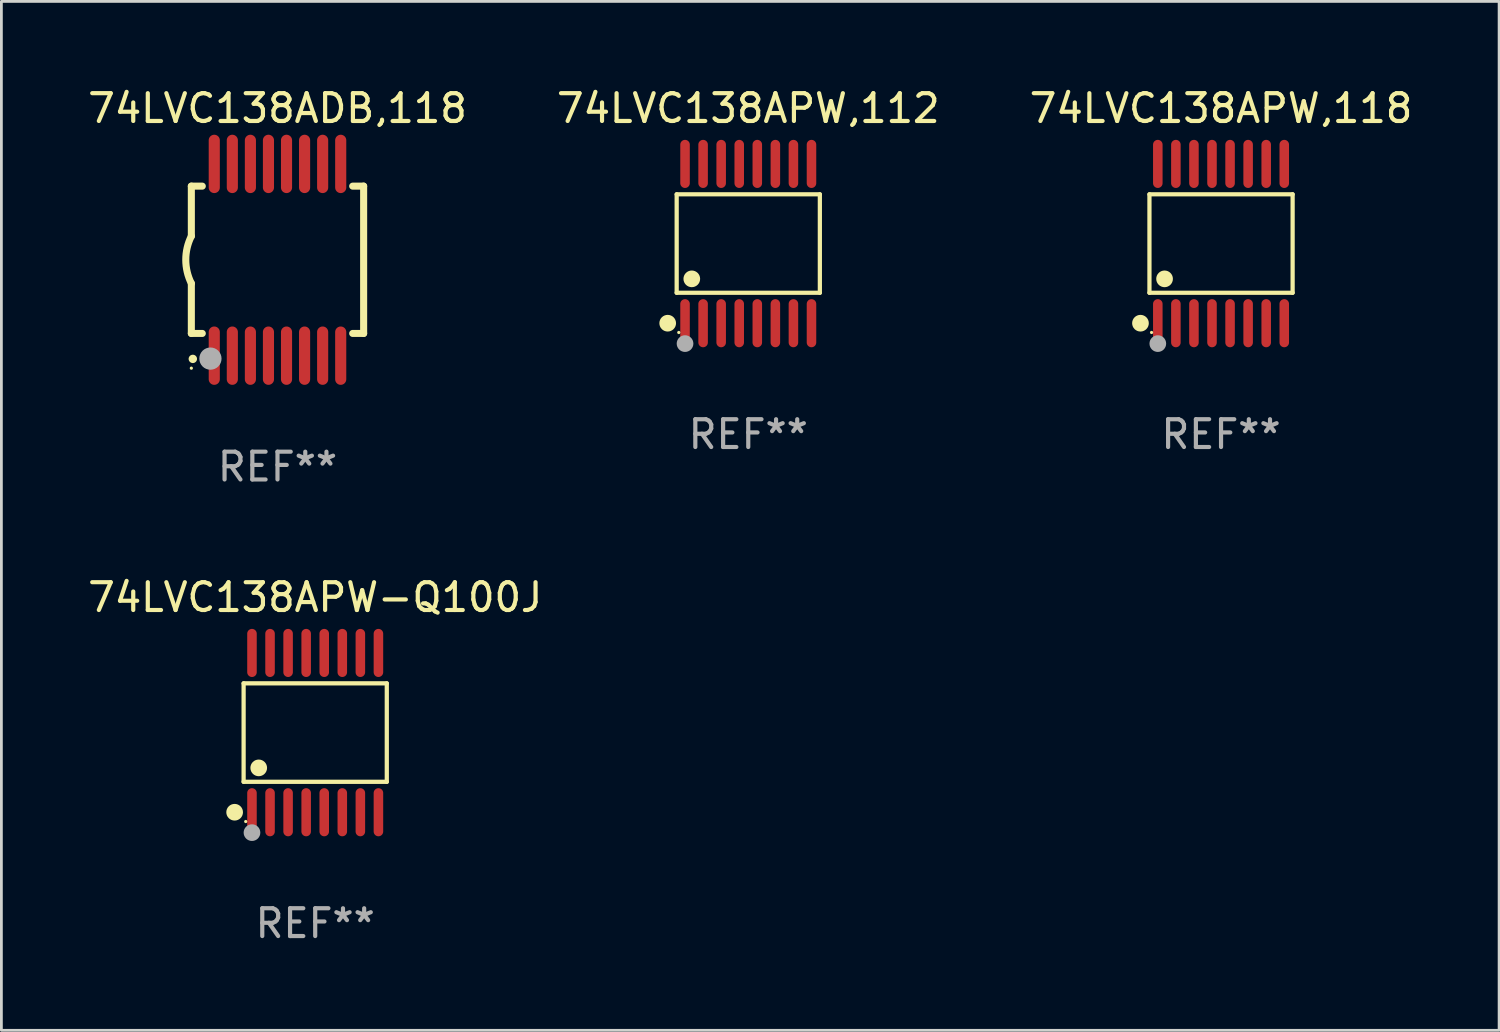
<source format=kicad_pcb>
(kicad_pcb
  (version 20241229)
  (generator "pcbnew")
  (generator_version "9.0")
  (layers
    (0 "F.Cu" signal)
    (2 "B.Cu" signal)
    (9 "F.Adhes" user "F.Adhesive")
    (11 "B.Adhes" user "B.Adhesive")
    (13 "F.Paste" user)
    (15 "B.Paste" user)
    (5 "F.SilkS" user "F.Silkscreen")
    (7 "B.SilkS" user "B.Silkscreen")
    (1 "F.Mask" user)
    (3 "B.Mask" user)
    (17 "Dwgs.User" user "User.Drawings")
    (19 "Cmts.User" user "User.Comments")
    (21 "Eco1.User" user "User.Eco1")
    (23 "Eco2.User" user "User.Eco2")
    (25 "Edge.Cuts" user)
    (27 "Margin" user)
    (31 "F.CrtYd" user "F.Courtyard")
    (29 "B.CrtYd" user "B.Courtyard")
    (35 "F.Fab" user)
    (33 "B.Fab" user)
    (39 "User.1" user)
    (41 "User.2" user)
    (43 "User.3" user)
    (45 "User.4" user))
  (footprint "74LVC138APW,118"
    (layer "F.Cu")
    (at 40.887 5.714)
    (property "Reference" "74LVC138APW,118" (at 0 -4.866 0) (layer "F.SilkS") (effects (font (size 1 1) (thickness 0.15))))
    (attr through_hole)
    (fp_line (start -2.576 -1.772) (end 2.576 -1.772) (stroke (width 0.152) (type solid)) (layer "F.SilkS"))
    (fp_line (start -2.576 1.771) (end -2.576 -1.772) (stroke (width 0.152) (type solid)) (layer "F.SilkS"))
    (fp_line (start 2.576 -1.772) (end 2.576 1.771) (stroke (width 0.152) (type solid)) (layer "F.SilkS"))
    (fp_line (start 2.576 1.771) (end -2.576 1.771) (stroke (width 0.152) (type solid)) (layer "F.SilkS"))
    (fp_circle (center -2.899 2.866) (end -2.749 2.866) (stroke (width 0.3) (type solid)) (fill no) (layer "F.SilkS"))
    (fp_circle (center -2.5 3.2) (end -2.47 3.2) (stroke (width 0.06) (type solid)) (fill no) (layer "F.SilkS"))
    (fp_circle (center -2.032 1.27) (end -1.882 1.27) (stroke (width 0.3) (type solid)) (fill no) (layer "F.SilkS"))
    (fp_circle (center -2.275 3.6) (end -2.125 3.6) (stroke (width 0.3) (type solid)) (fill no) (layer "F.Fab"))
    (fp_text user "REF**" (at 0 6.866 0) (layer "F.Fab") (effects (font (size 1 1) (thickness 0.15))))
    (pad "1" smd oval (at -2.275 2.866) (size 0.343 1.731) (layers "F.Cu" "F.Mask" "F.Paste"))
    (pad "2" smd oval (at -1.625 2.866) (size 0.343 1.731) (layers "F.Cu" "F.Mask" "F.Paste"))
    (pad "3" smd oval (at -0.975 2.866) (size 0.343 1.731) (layers "F.Cu" "F.Mask" "F.Paste"))
    (pad "4" smd oval (at -0.325 2.866) (size 0.343 1.731) (layers "F.Cu" "F.Mask" "F.Paste"))
    (pad "5" smd oval (at 0.325 2.866) (size 0.343 1.731) (layers "F.Cu" "F.Mask" "F.Paste"))
    (pad "6" smd oval (at 0.975 2.866) (size 0.343 1.731) (layers "F.Cu" "F.Mask" "F.Paste"))
    (pad "7" smd oval (at 1.625 2.866) (size 0.343 1.731) (layers "F.Cu" "F.Mask" "F.Paste"))
    (pad "8" smd oval (at 2.275 2.866) (size 0.343 1.731) (layers "F.Cu" "F.Mask" "F.Paste"))
    (pad "9" smd oval (at 2.275 -2.866) (size 0.343 1.731) (layers "F.Cu" "F.Mask" "F.Paste"))
    (pad "10" smd oval (at 1.625 -2.866) (size 0.343 1.731) (layers "F.Cu" "F.Mask" "F.Paste"))
    (pad "11" smd oval (at 0.975 -2.866) (size 0.343 1.731) (layers "F.Cu" "F.Mask" "F.Paste"))
    (pad "12" smd oval (at 0.325 -2.866) (size 0.343 1.731) (layers "F.Cu" "F.Mask" "F.Paste"))
    (pad "13" smd oval (at -0.325 -2.866) (size 0.343 1.731) (layers "F.Cu" "F.Mask" "F.Paste"))
    (pad "14" smd oval (at -0.975 -2.866) (size 0.343 1.731) (layers "F.Cu" "F.Mask" "F.Paste"))
    (pad "15" smd oval (at -1.625 -2.866) (size 0.343 1.731) (layers "F.Cu" "F.Mask" "F.Paste"))
    (pad "16" smd oval (at -2.275 -2.866) (size 0.343 1.731) (layers "F.Cu" "F.Mask" "F.Paste")))
  (footprint "74LVC138ADB,118"
    (layer "F.Cu")
    (at 6.935 6.298)
    (property "Reference" "74LVC138ADB,118" (at 0 -5.45 0) (layer "F.SilkS") (effects (font (size 1 1) (thickness 0.15))))
    (attr through_hole)
    (fp_line (start -3.1 -2.65) (end -3.1 -0.85) (stroke (width 0.254) (type solid)) (layer "F.SilkS"))
    (fp_line (start -3.1 -2.65) (end -2.706 -2.65) (stroke (width 0.254) (type solid)) (layer "F.SilkS"))
    (fp_line (start -3.1 2.65) (end -3.1 0.85) (stroke (width 0.254) (type solid)) (layer "F.SilkS"))
    (fp_line (start -3.1 2.65) (end -2.706 2.65) (stroke (width 0.254) (type solid)) (layer "F.SilkS"))
    (fp_line (start 2.706 -2.65) (end 3.1 -2.65) (stroke (width 0.254) (type solid)) (layer "F.SilkS"))
    (fp_line (start 2.706 2.65) (end 3.1 2.65) (stroke (width 0.254) (type solid)) (layer "F.SilkS"))
    (fp_line (start 3.1 -2.65) (end 3.1 2.65) (stroke (width 0.254) (type solid)) (layer "F.SilkS"))
    (fp_arc (start -3.098907 0.850902) (mid -3.300057 0.000523) (end -3.1 -0.850114) (stroke (width 0.254001) (type solid)) (layer "F.SilkS"))
    (fp_arc (start -3.048006 3.566066) (mid -3.046736 3.566061) (end -3.045466 3.566066) (stroke (width 0.3) (type solid)) (layer "F.SilkS"))
    (fp_circle (center -3.1 3.9) (end -3.07 3.9) (stroke (width 0.06) (type solid)) (fill no) (layer "F.SilkS"))
    (fp_circle (center -2.413 3.556) (end -2.213 3.556) (stroke (width 0.4) (type solid)) (fill no) (layer "F.Fab"))
    (fp_text user "REF**" (at 0 7.45 0) (layer "F.Fab") (effects (font (size 1 1) (thickness 0.15))))
    (pad "1" smd oval (at -2.275 3.45 180) (size 0.4 2.1) (layers "F.Cu" "F.Mask" "F.Paste"))
    (pad "2" smd oval (at -1.625 3.45 180) (size 0.4 2.1) (layers "F.Cu" "F.Mask" "F.Paste"))
    (pad "3" smd oval (at -0.975 3.45 180) (size 0.4 2.1) (layers "F.Cu" "F.Mask" "F.Paste"))
    (pad "4" smd oval (at -0.325 3.45 180) (size 0.4 2.1) (layers "F.Cu" "F.Mask" "F.Paste"))
    (pad "5" smd oval (at 0.325 3.45 180) (size 0.4 2.1) (layers "F.Cu" "F.Mask" "F.Paste"))
    (pad "6" smd oval (at 0.975 3.45 180) (size 0.4 2.1) (layers "F.Cu" "F.Mask" "F.Paste"))
    (pad "7" smd oval (at 1.625 3.45 180) (size 0.4 2.1) (layers "F.Cu" "F.Mask" "F.Paste"))
    (pad "8" smd oval (at 2.275 3.45 180) (size 0.4 2.1) (layers "F.Cu" "F.Mask" "F.Paste"))
    (pad "9" smd oval (at 2.275 -3.45 180) (size 0.4 2.1) (layers "F.Cu" "F.Mask" "F.Paste"))
    (pad "10" smd oval (at 1.625 -3.45 180) (size 0.4 2.1) (layers "F.Cu" "F.Mask" "F.Paste"))
    (pad "11" smd oval (at 0.975 -3.45 180) (size 0.4 2.1) (layers "F.Cu" "F.Mask" "F.Paste"))
    (pad "12" smd oval (at 0.325 -3.45 180) (size 0.4 2.1) (layers "F.Cu" "F.Mask" "F.Paste"))
    (pad "13" smd oval (at -0.325 -3.45 180) (size 0.4 2.1) (layers "F.Cu" "F.Mask" "F.Paste"))
    (pad "14" smd oval (at -0.975 -3.45 180) (size 0.4 2.1) (layers "F.Cu" "F.Mask" "F.Paste"))
    (pad "15" smd oval (at -1.625 -3.45 180) (size 0.4 2.1) (layers "F.Cu" "F.Mask" "F.Paste"))
    (pad "16" smd oval (at -2.275 -3.45 180) (size 0.4 2.1) (layers "F.Cu" "F.Mask" "F.Paste")))
  (footprint "74LVC138APW-Q100J"
    (layer "F.Cu")
    (at 8.292 23.311)
    (property "Reference" "74LVC138APW-Q100J" (at 0 -4.866 0) (layer "F.SilkS") (effects (font (size 1 1) (thickness 0.15))))
    (attr through_hole)
    (fp_line (start -2.576 -1.772) (end 2.576 -1.772) (stroke (width 0.152) (type solid)) (layer "F.SilkS"))
    (fp_line (start -2.576 1.771) (end -2.576 -1.772) (stroke (width 0.152) (type solid)) (layer "F.SilkS"))
    (fp_line (start 2.576 -1.772) (end 2.576 1.771) (stroke (width 0.152) (type solid)) (layer "F.SilkS"))
    (fp_line (start 2.576 1.771) (end -2.576 1.771) (stroke (width 0.152) (type solid)) (layer "F.SilkS"))
    (fp_circle (center -2.899 2.866) (end -2.749 2.866) (stroke (width 0.3) (type solid)) (fill no) (layer "F.SilkS"))
    (fp_circle (center -2.5 3.2) (end -2.47 3.2) (stroke (width 0.06) (type solid)) (fill no) (layer "F.SilkS"))
    (fp_circle (center -2.032 1.27) (end -1.882 1.27) (stroke (width 0.3) (type solid)) (fill no) (layer "F.SilkS"))
    (fp_circle (center -2.275 3.6) (end -2.125 3.6) (stroke (width 0.3) (type solid)) (fill no) (layer "F.Fab"))
    (fp_text user "REF**" (at 0 6.866 0) (layer "F.Fab") (effects (font (size 1 1) (thickness 0.15))))
    (pad "1" smd oval (at -2.275 2.866) (size 0.343 1.731) (layers "F.Cu" "F.Mask" "F.Paste"))
    (pad "2" smd oval (at -1.625 2.866) (size 0.343 1.731) (layers "F.Cu" "F.Mask" "F.Paste"))
    (pad "3" smd oval (at -0.975 2.866) (size 0.343 1.731) (layers "F.Cu" "F.Mask" "F.Paste"))
    (pad "4" smd oval (at -0.325 2.866) (size 0.343 1.731) (layers "F.Cu" "F.Mask" "F.Paste"))
    (pad "5" smd oval (at 0.325 2.866) (size 0.343 1.731) (layers "F.Cu" "F.Mask" "F.Paste"))
    (pad "6" smd oval (at 0.975 2.866) (size 0.343 1.731) (layers "F.Cu" "F.Mask" "F.Paste"))
    (pad "7" smd oval (at 1.625 2.866) (size 0.343 1.731) (layers "F.Cu" "F.Mask" "F.Paste"))
    (pad "8" smd oval (at 2.275 2.866) (size 0.343 1.731) (layers "F.Cu" "F.Mask" "F.Paste"))
    (pad "9" smd oval (at 2.275 -2.866) (size 0.343 1.731) (layers "F.Cu" "F.Mask" "F.Paste"))
    (pad "10" smd oval (at 1.625 -2.866) (size 0.343 1.731) (layers "F.Cu" "F.Mask" "F.Paste"))
    (pad "11" smd oval (at 0.975 -2.866) (size 0.343 1.731) (layers "F.Cu" "F.Mask" "F.Paste"))
    (pad "12" smd oval (at 0.325 -2.866) (size 0.343 1.731) (layers "F.Cu" "F.Mask" "F.Paste"))
    (pad "13" smd oval (at -0.325 -2.866) (size 0.343 1.731) (layers "F.Cu" "F.Mask" "F.Paste"))
    (pad "14" smd oval (at -0.975 -2.866) (size 0.343 1.731) (layers "F.Cu" "F.Mask" "F.Paste"))
    (pad "15" smd oval (at -1.625 -2.866) (size 0.343 1.731) (layers "F.Cu" "F.Mask" "F.Paste"))
    (pad "16" smd oval (at -2.275 -2.866) (size 0.343 1.731) (layers "F.Cu" "F.Mask" "F.Paste")))
  (footprint "74LVC138APW,112"
    (layer "F.Cu")
    (at 23.875 5.714)
    (property "Reference" "74LVC138APW,112" (at 0 -4.866 0) (layer "F.SilkS") (effects (font (size 1 1) (thickness 0.15))))
    (attr through_hole)
    (fp_line (start -2.576 -1.772) (end 2.576 -1.772) (stroke (width 0.152) (type solid)) (layer "F.SilkS"))
    (fp_line (start -2.576 1.771) (end -2.576 -1.772) (stroke (width 0.152) (type solid)) (layer "F.SilkS"))
    (fp_line (start 2.576 -1.772) (end 2.576 1.771) (stroke (width 0.152) (type solid)) (layer "F.SilkS"))
    (fp_line (start 2.576 1.771) (end -2.576 1.771) (stroke (width 0.152) (type solid)) (layer "F.SilkS"))
    (fp_circle (center -2.899 2.866) (end -2.749 2.866) (stroke (width 0.3) (type solid)) (fill no) (layer "F.SilkS"))
    (fp_circle (center -2.5 3.2) (end -2.47 3.2) (stroke (width 0.06) (type solid)) (fill no) (layer "F.SilkS"))
    (fp_circle (center -2.032 1.27) (end -1.882 1.27) (stroke (width 0.3) (type solid)) (fill no) (layer "F.SilkS"))
    (fp_circle (center -2.275 3.6) (end -2.125 3.6) (stroke (width 0.3) (type solid)) (fill no) (layer "F.Fab"))
    (fp_text user "REF**" (at 0 6.866 0) (layer "F.Fab") (effects (font (size 1 1) (thickness 0.15))))
    (pad "1" smd oval (at -2.275 2.866) (size 0.343 1.731) (layers "F.Cu" "F.Mask" "F.Paste"))
    (pad "2" smd oval (at -1.625 2.866) (size 0.343 1.731) (layers "F.Cu" "F.Mask" "F.Paste"))
    (pad "3" smd oval (at -0.975 2.866) (size 0.343 1.731) (layers "F.Cu" "F.Mask" "F.Paste"))
    (pad "4" smd oval (at -0.325 2.866) (size 0.343 1.731) (layers "F.Cu" "F.Mask" "F.Paste"))
    (pad "5" smd oval (at 0.325 2.866) (size 0.343 1.731) (layers "F.Cu" "F.Mask" "F.Paste"))
    (pad "6" smd oval (at 0.975 2.866) (size 0.343 1.731) (layers "F.Cu" "F.Mask" "F.Paste"))
    (pad "7" smd oval (at 1.625 2.866) (size 0.343 1.731) (layers "F.Cu" "F.Mask" "F.Paste"))
    (pad "8" smd oval (at 2.275 2.866) (size 0.343 1.731) (layers "F.Cu" "F.Mask" "F.Paste"))
    (pad "9" smd oval (at 2.275 -2.866) (size 0.343 1.731) (layers "F.Cu" "F.Mask" "F.Paste"))
    (pad "10" smd oval (at 1.625 -2.866) (size 0.343 1.731) (layers "F.Cu" "F.Mask" "F.Paste"))
    (pad "11" smd oval (at 0.975 -2.866) (size 0.343 1.731) (layers "F.Cu" "F.Mask" "F.Paste"))
    (pad "12" smd oval (at 0.325 -2.866) (size 0.343 1.731) (layers "F.Cu" "F.Mask" "F.Paste"))
    (pad "13" smd oval (at -0.325 -2.866) (size 0.343 1.731) (layers "F.Cu" "F.Mask" "F.Paste"))
    (pad "14" smd oval (at -0.975 -2.866) (size 0.343 1.731) (layers "F.Cu" "F.Mask" "F.Paste"))
    (pad "15" smd oval (at -1.625 -2.866) (size 0.343 1.731) (layers "F.Cu" "F.Mask" "F.Paste"))
    (pad "16" smd oval (at -2.275 -2.866) (size 0.343 1.731) (layers "F.Cu" "F.Mask" "F.Paste")))
  (gr_rect
    (start -3 -3)
    (end 50.893 34.025)
    (stroke (width 0.1) (type default))
    (fill no)
    (layer "Edge.Cuts")))
</source>
